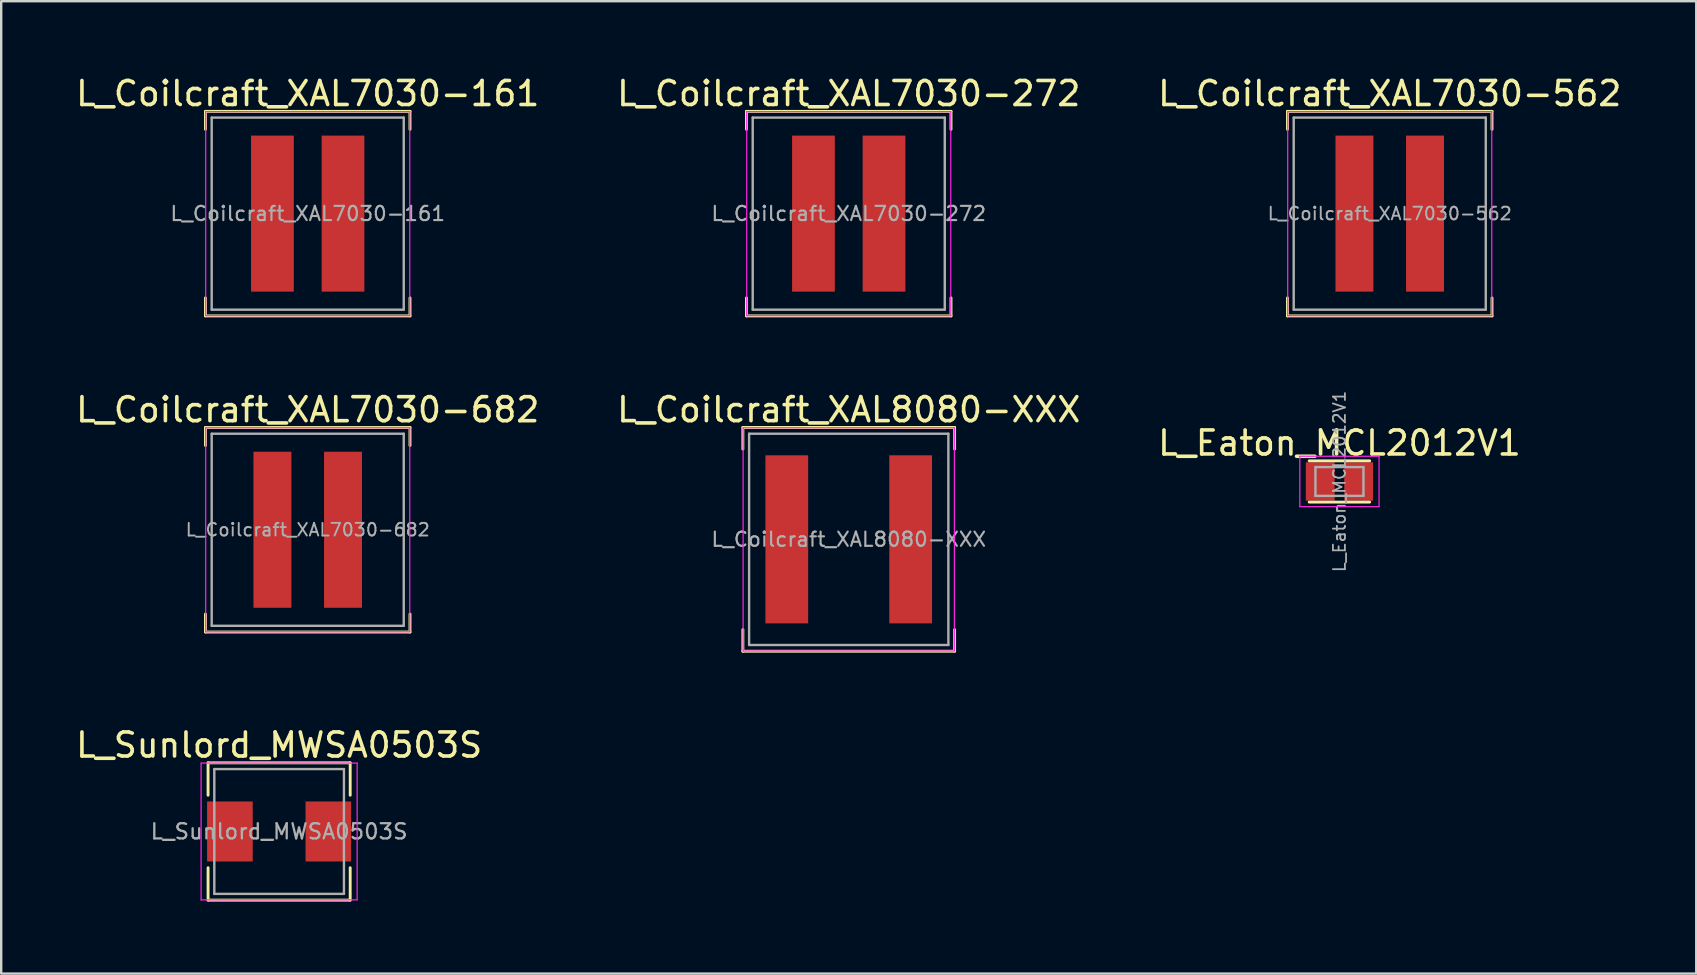
<source format=kicad_pcb>
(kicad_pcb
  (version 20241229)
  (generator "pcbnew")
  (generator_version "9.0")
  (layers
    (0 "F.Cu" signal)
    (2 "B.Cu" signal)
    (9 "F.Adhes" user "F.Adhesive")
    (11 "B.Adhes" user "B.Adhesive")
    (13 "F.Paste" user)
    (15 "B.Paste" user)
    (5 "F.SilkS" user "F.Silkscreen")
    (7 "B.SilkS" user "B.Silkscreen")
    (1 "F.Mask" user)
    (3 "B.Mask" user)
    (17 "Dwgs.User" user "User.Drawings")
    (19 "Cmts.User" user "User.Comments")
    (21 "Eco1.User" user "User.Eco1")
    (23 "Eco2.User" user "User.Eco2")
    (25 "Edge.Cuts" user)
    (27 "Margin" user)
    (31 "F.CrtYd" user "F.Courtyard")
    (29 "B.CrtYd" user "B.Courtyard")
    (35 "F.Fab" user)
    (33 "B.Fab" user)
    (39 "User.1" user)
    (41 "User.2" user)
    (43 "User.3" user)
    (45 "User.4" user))
  (footprint "L_Coilcraft_XAL7030-161"
    (layer "F.Cu")
    (at 9.768 5.848)
    (property "Reference" "L_Coilcraft_XAL7030-161" (at 0 -5 0) (layer "F.SilkS") (effects (font (size 1 1) (thickness 0.15))))
    (attr smd)
    (fp_line (start -4.26 -4.26) (end -4.26 -3.51) (stroke (width 0.12) (type solid)) (layer "F.SilkS"))
    (fp_line (start -4.26 -4.26) (end 4.26 -4.26) (stroke (width 0.12) (type solid)) (layer "F.SilkS"))
    (fp_line (start -4.26 4.26) (end -4.26 3.51) (stroke (width 0.12) (type solid)) (layer "F.SilkS"))
    (fp_line (start -4.26 4.26) (end 4.26 4.26) (stroke (width 0.12) (type solid)) (layer "F.SilkS"))
    (fp_line (start 4.26 -4.26) (end 4.26 -3.51) (stroke (width 0.12) (type solid)) (layer "F.SilkS"))
    (fp_line (start 4.26 4.26) (end 4.26 3.51) (stroke (width 0.12) (type solid)) (layer "F.SilkS"))
    (fp_line (start -4.25 -4.25) (end -4.25 4.25) (stroke (width 0.05) (type solid)) (layer "F.CrtYd"))
    (fp_line (start -4.25 4.25) (end 4.25 4.25) (stroke (width 0.05) (type solid)) (layer "F.CrtYd"))
    (fp_line (start 4.25 -4.25) (end -4.25 -4.25) (stroke (width 0.05) (type solid)) (layer "F.CrtYd"))
    (fp_line (start 4.25 4.25) (end 4.25 -4.25) (stroke (width 0.05) (type solid)) (layer "F.CrtYd"))
    (fp_line (start -4 -4) (end -4 4) (stroke (width 0.1) (type solid)) (layer "F.Fab"))
    (fp_line (start -4 4) (end 4 4) (stroke (width 0.1) (type solid)) (layer "F.Fab"))
    (fp_line (start 4 -4) (end -4 -4) (stroke (width 0.1) (type solid)) (layer "F.Fab"))
    (fp_line (start 4 4) (end 4 -4) (stroke (width 0.1) (type solid)) (layer "F.Fab"))
    (fp_text user "${REFERENCE}" (at 0 0 0) (layer "F.Fab") (effects (font (size 0.593 0.593) (thickness 0.089))))
    (pad "1" smd rect (at -1.47 0) (size 1.78 6.5) (layers "F.Cu" "F.Mask" "F.Paste"))
    (pad "2" smd rect (at 1.47 0) (size 1.78 6.5) (layers "F.Cu" "F.Mask" "F.Paste")))
  (footprint "L_Sunlord_MWSA0503S"
    (layer "F.Cu")
    (at 8.577 31.585)
    (property "Reference" "L_Sunlord_MWSA0503S" (at 0 -3.6 0) (layer "F.SilkS") (effects (font (size 1 1) (thickness 0.15))))
    (attr smd)
    (fp_line (start -2.96 -2.86) (end -2.96 -1.51) (stroke (width 0.12) (type solid)) (layer "F.SilkS"))
    (fp_line (start -2.96 -2.86) (end 2.96 -2.86) (stroke (width 0.12) (type solid)) (layer "F.SilkS"))
    (fp_line (start -2.96 2.86) (end -2.96 1.51) (stroke (width 0.12) (type solid)) (layer "F.SilkS"))
    (fp_line (start -2.96 2.86) (end 2.96 2.86) (stroke (width 0.12) (type solid)) (layer "F.SilkS"))
    (fp_line (start 2.96 -2.86) (end 2.96 -1.51) (stroke (width 0.12) (type solid)) (layer "F.SilkS"))
    (fp_line (start 2.96 2.86) (end 2.96 1.51) (stroke (width 0.12) (type solid)) (layer "F.SilkS"))
    (fp_line (start -3.25 -2.85) (end -3.25 2.85) (stroke (width 0.05) (type solid)) (layer "F.CrtYd"))
    (fp_line (start -3.25 2.85) (end 3.25 2.85) (stroke (width 0.05) (type solid)) (layer "F.CrtYd"))
    (fp_line (start 3.25 -2.85) (end -3.25 -2.85) (stroke (width 0.05) (type solid)) (layer "F.CrtYd"))
    (fp_line (start 3.25 2.85) (end 3.25 -2.85) (stroke (width 0.05) (type solid)) (layer "F.CrtYd"))
    (fp_line (start -2.7 -2.6) (end -2.7 2.6) (stroke (width 0.1) (type solid)) (layer "F.Fab"))
    (fp_line (start -2.7 2.6) (end 2.7 2.6) (stroke (width 0.1) (type solid)) (layer "F.Fab"))
    (fp_line (start 2.7 -2.6) (end -2.7 -2.6) (stroke (width 0.1) (type solid)) (layer "F.Fab"))
    (fp_line (start 2.7 2.6) (end 2.7 -2.6) (stroke (width 0.1) (type solid)) (layer "F.Fab"))
    (fp_text user "${REFERENCE}" (at 0 0 0) (layer "F.Fab") (effects (font (size 0.633 0.633) (thickness 0.095))))
    (pad "1" smd rect (at -2.05 0) (size 1.9 2.5) (layers "F.Cu" "F.Mask" "F.Paste"))
    (pad "2" smd rect (at 2.05 0) (size 1.9 2.5) (layers "F.Cu" "F.Mask" "F.Paste")))
  (footprint "L_Coilcraft_XAL7030-562"
    (layer "F.Cu")
    (at 54.839 5.848)
    (property "Reference" "L_Coilcraft_XAL7030-562" (at 0 -5 0) (layer "F.SilkS") (effects (font (size 1 1) (thickness 0.15))))
    (attr smd)
    (fp_line (start -4.26 -4.26) (end -4.26 -3.51) (stroke (width 0.12) (type solid)) (layer "F.SilkS"))
    (fp_line (start -4.26 -4.26) (end 4.26 -4.26) (stroke (width 0.12) (type solid)) (layer "F.SilkS"))
    (fp_line (start -4.26 4.26) (end -4.26 3.51) (stroke (width 0.12) (type solid)) (layer "F.SilkS"))
    (fp_line (start -4.26 4.26) (end 4.26 4.26) (stroke (width 0.12) (type solid)) (layer "F.SilkS"))
    (fp_line (start 4.26 -4.26) (end 4.26 -3.51) (stroke (width 0.12) (type solid)) (layer "F.SilkS"))
    (fp_line (start 4.26 4.26) (end 4.26 3.51) (stroke (width 0.12) (type solid)) (layer "F.SilkS"))
    (fp_line (start -4.25 -4.25) (end -4.25 4.25) (stroke (width 0.05) (type solid)) (layer "F.CrtYd"))
    (fp_line (start -4.25 4.25) (end 4.25 4.25) (stroke (width 0.05) (type solid)) (layer "F.CrtYd"))
    (fp_line (start 4.25 -4.25) (end -4.25 -4.25) (stroke (width 0.05) (type solid)) (layer "F.CrtYd"))
    (fp_line (start 4.25 4.25) (end 4.25 -4.25) (stroke (width 0.05) (type solid)) (layer "F.CrtYd"))
    (fp_line (start -4 -4) (end -4 4) (stroke (width 0.1) (type solid)) (layer "F.Fab"))
    (fp_line (start -4 4) (end 4 4) (stroke (width 0.1) (type solid)) (layer "F.Fab"))
    (fp_line (start 4 -4) (end -4 -4) (stroke (width 0.1) (type solid)) (layer "F.Fab"))
    (fp_line (start 4 4) (end 4 -4) (stroke (width 0.1) (type solid)) (layer "F.Fab"))
    (fp_text user "${REFERENCE}" (at 0 0 0) (layer "F.Fab") (effects (font (size 0.527 0.527) (thickness 0.079))))
    (pad "1" smd rect (at -1.47 0) (size 1.58 6.5) (layers "F.Cu" "F.Mask" "F.Paste"))
    (pad "2" smd rect (at 1.47 0) (size 1.58 6.5) (layers "F.Cu" "F.Mask" "F.Paste")))
  (footprint "L_Coilcraft_XAL7030-272"
    (layer "F.Cu")
    (at 32.304 5.848)
    (property "Reference" "L_Coilcraft_XAL7030-272" (at 0 -5 0) (layer "F.SilkS") (effects (font (size 1 1) (thickness 0.15))))
    (attr smd)
    (fp_line (start -4.26 -4.26) (end -4.26 -3.51) (stroke (width 0.12) (type solid)) (layer "F.SilkS"))
    (fp_line (start -4.26 -4.26) (end 4.26 -4.26) (stroke (width 0.12) (type solid)) (layer "F.SilkS"))
    (fp_line (start -4.26 4.26) (end -4.26 3.51) (stroke (width 0.12) (type solid)) (layer "F.SilkS"))
    (fp_line (start -4.26 4.26) (end 4.26 4.26) (stroke (width 0.12) (type solid)) (layer "F.SilkS"))
    (fp_line (start 4.26 -4.26) (end 4.26 -3.51) (stroke (width 0.12) (type solid)) (layer "F.SilkS"))
    (fp_line (start 4.26 4.26) (end 4.26 3.51) (stroke (width 0.12) (type solid)) (layer "F.SilkS"))
    (fp_line (start -4.25 -4.25) (end -4.25 4.25) (stroke (width 0.05) (type solid)) (layer "F.CrtYd"))
    (fp_line (start -4.25 4.25) (end 4.25 4.25) (stroke (width 0.05) (type solid)) (layer "F.CrtYd"))
    (fp_line (start 4.25 -4.25) (end -4.25 -4.25) (stroke (width 0.05) (type solid)) (layer "F.CrtYd"))
    (fp_line (start 4.25 4.25) (end 4.25 -4.25) (stroke (width 0.05) (type solid)) (layer "F.CrtYd"))
    (fp_line (start -4 -4) (end -4 4) (stroke (width 0.1) (type solid)) (layer "F.Fab"))
    (fp_line (start -4 4) (end 4 4) (stroke (width 0.1) (type solid)) (layer "F.Fab"))
    (fp_line (start 4 -4) (end -4 -4) (stroke (width 0.1) (type solid)) (layer "F.Fab"))
    (fp_line (start 4 4) (end 4 -4) (stroke (width 0.1) (type solid)) (layer "F.Fab"))
    (fp_text user "${REFERENCE}" (at 0 0 0) (layer "F.Fab") (effects (font (size 0.593 0.593) (thickness 0.089))))
    (pad "1" smd rect (at -1.47 0) (size 1.78 6.5) (layers "F.Cu" "F.Mask" "F.Paste"))
    (pad "2" smd rect (at 1.47 0) (size 1.78 6.5) (layers "F.Cu" "F.Mask" "F.Paste")))
  (footprint "L_Coilcraft_XAL8080-XXX"
    (layer "F.Cu")
    (at 32.304 19.416)
    (property "Reference" "L_Coilcraft_XAL8080-XXX" (at 0 -5.4 0) (layer "F.SilkS") (effects (font (size 1 1) (thickness 0.15))))
    (attr smd)
    (fp_line (start -4.41 -4.66) (end -4.41 -3.76) (stroke (width 0.12) (type solid)) (layer "F.SilkS"))
    (fp_line (start -4.41 -4.66) (end 4.41 -4.66) (stroke (width 0.12) (type solid)) (layer "F.SilkS"))
    (fp_line (start -4.41 4.66) (end -4.41 3.76) (stroke (width 0.12) (type solid)) (layer "F.SilkS"))
    (fp_line (start -4.41 4.66) (end 4.41 4.66) (stroke (width 0.12) (type solid)) (layer "F.SilkS"))
    (fp_line (start 4.41 -4.66) (end 4.41 -3.76) (stroke (width 0.12) (type solid)) (layer "F.SilkS"))
    (fp_line (start 4.41 4.66) (end 4.41 3.76) (stroke (width 0.12) (type solid)) (layer "F.SilkS"))
    (fp_line (start -4.4 -4.65) (end -4.4 4.65) (stroke (width 0.05) (type solid)) (layer "F.CrtYd"))
    (fp_line (start -4.4 4.65) (end 4.4 4.65) (stroke (width 0.05) (type solid)) (layer "F.CrtYd"))
    (fp_line (start 4.4 -4.65) (end -4.4 -4.65) (stroke (width 0.05) (type solid)) (layer "F.CrtYd"))
    (fp_line (start 4.4 4.65) (end 4.4 -4.65) (stroke (width 0.05) (type solid)) (layer "F.CrtYd"))
    (fp_line (start -4.15 -4.4) (end -4.15 4.4) (stroke (width 0.1) (type solid)) (layer "F.Fab"))
    (fp_line (start -4.15 4.4) (end 4.15 4.4) (stroke (width 0.1) (type solid)) (layer "F.Fab"))
    (fp_line (start 4.15 -4.4) (end -4.15 -4.4) (stroke (width 0.1) (type solid)) (layer "F.Fab"))
    (fp_line (start 4.15 4.4) (end 4.15 -4.4) (stroke (width 0.1) (type solid)) (layer "F.Fab"))
    (fp_text user "${REFERENCE}" (at 0 0 0) (layer "F.Fab") (effects (font (size 0.593 0.593) (thickness 0.089))))
    (pad "1" smd rect (at -2.58 0) (size 1.78 7) (layers "F.Cu" "F.Mask" "F.Paste"))
    (pad "2" smd rect (at 2.58 0) (size 1.78 7) (layers "F.Cu" "F.Mask" "F.Paste")))
  (footprint "L_Coilcraft_XAL7030-682"
    (layer "F.Cu")
    (at 9.768 19.017)
    (property "Reference" "L_Coilcraft_XAL7030-682" (at 0 -5 0) (layer "F.SilkS") (effects (font (size 1 1) (thickness 0.15))))
    (attr smd)
    (fp_line (start -4.26 -4.26) (end -4.26 -3.51) (stroke (width 0.12) (type solid)) (layer "F.SilkS"))
    (fp_line (start -4.26 -4.26) (end 4.26 -4.26) (stroke (width 0.12) (type solid)) (layer "F.SilkS"))
    (fp_line (start -4.26 4.26) (end -4.26 3.51) (stroke (width 0.12) (type solid)) (layer "F.SilkS"))
    (fp_line (start -4.26 4.26) (end 4.26 4.26) (stroke (width 0.12) (type solid)) (layer "F.SilkS"))
    (fp_line (start 4.26 -4.26) (end 4.26 -3.51) (stroke (width 0.12) (type solid)) (layer "F.SilkS"))
    (fp_line (start 4.26 4.26) (end 4.26 3.51) (stroke (width 0.12) (type solid)) (layer "F.SilkS"))
    (fp_line (start -4.25 -4.25) (end -4.25 4.25) (stroke (width 0.05) (type solid)) (layer "F.CrtYd"))
    (fp_line (start -4.25 4.25) (end 4.25 4.25) (stroke (width 0.05) (type solid)) (layer "F.CrtYd"))
    (fp_line (start 4.25 -4.25) (end -4.25 -4.25) (stroke (width 0.05) (type solid)) (layer "F.CrtYd"))
    (fp_line (start 4.25 4.25) (end 4.25 -4.25) (stroke (width 0.05) (type solid)) (layer "F.CrtYd"))
    (fp_line (start -4 -4) (end -4 4) (stroke (width 0.1) (type solid)) (layer "F.Fab"))
    (fp_line (start -4 4) (end 4 4) (stroke (width 0.1) (type solid)) (layer "F.Fab"))
    (fp_line (start 4 -4) (end -4 -4) (stroke (width 0.1) (type solid)) (layer "F.Fab"))
    (fp_line (start 4 4) (end 4 -4) (stroke (width 0.1) (type solid)) (layer "F.Fab"))
    (fp_text user "${REFERENCE}" (at 0 0 0) (layer "F.Fab") (effects (font (size 0.527 0.527) (thickness 0.079))))
    (pad "1" smd rect (at -1.47 0) (size 1.58 6.5) (layers "F.Cu" "F.Mask" "F.Paste"))
    (pad "2" smd rect (at 1.47 0) (size 1.58 6.5) (layers "F.Cu" "F.Mask" "F.Paste")))
  (footprint "L_Eaton_MCL2012V1"
    (layer "F.Cu")
    (at 52.744 17.005)
    (property "Reference" "L_Eaton_MCL2012V1" (at 0 -1.6 0) (layer "F.SilkS") (effects (font (size 1 1) (thickness 0.15))))
    (attr smd)
    (fp_line (start -1.26 -0.86) (end 1.26 -0.86) (stroke (width 0.12) (type solid)) (layer "F.SilkS"))
    (fp_line (start -1.26 0.86) (end 1.26 0.86) (stroke (width 0.12) (type solid)) (layer "F.SilkS"))
    (fp_line (start -1.65 -1.05) (end -1.65 1.05) (stroke (width 0.05) (type solid)) (layer "F.CrtYd"))
    (fp_line (start -1.65 1.05) (end 1.65 1.05) (stroke (width 0.05) (type solid)) (layer "F.CrtYd"))
    (fp_line (start 1.65 -1.05) (end -1.65 -1.05) (stroke (width 0.05) (type solid)) (layer "F.CrtYd"))
    (fp_line (start 1.65 1.05) (end 1.65 -1.05) (stroke (width 0.05) (type solid)) (layer "F.CrtYd"))
    (fp_line (start -1 -0.6) (end -1 0.6) (stroke (width 0.1) (type solid)) (layer "F.Fab"))
    (fp_line (start -1 0.6) (end 1 0.6) (stroke (width 0.1) (type solid)) (layer "F.Fab"))
    (fp_line (start 1 -0.6) (end -1 -0.6) (stroke (width 0.1) (type solid)) (layer "F.Fab"))
    (fp_line (start 1 0.6) (end 1 -0.6) (stroke (width 0.1) (type solid)) (layer "F.Fab"))
    (fp_text user "${REFERENCE}" (at 0 0 90) (layer "F.Fab") (effects (font (size 0.5 0.5) (thickness 0.075))))
    (pad "1" smd rect (at -0.8 0) (size 1.2 1.6) (layers "F.Cu" "F.Mask" "F.Paste"))
    (pad "2" smd rect (at 0.8 0) (size 1.2 1.6) (layers "F.Cu" "F.Mask" "F.Paste")))
  (gr_rect
    (start -3 -3)
    (end 67.607 37.505)
    (stroke (width 0.1) (type default))
    (fill no)
    (layer "Edge.Cuts")))
</source>
